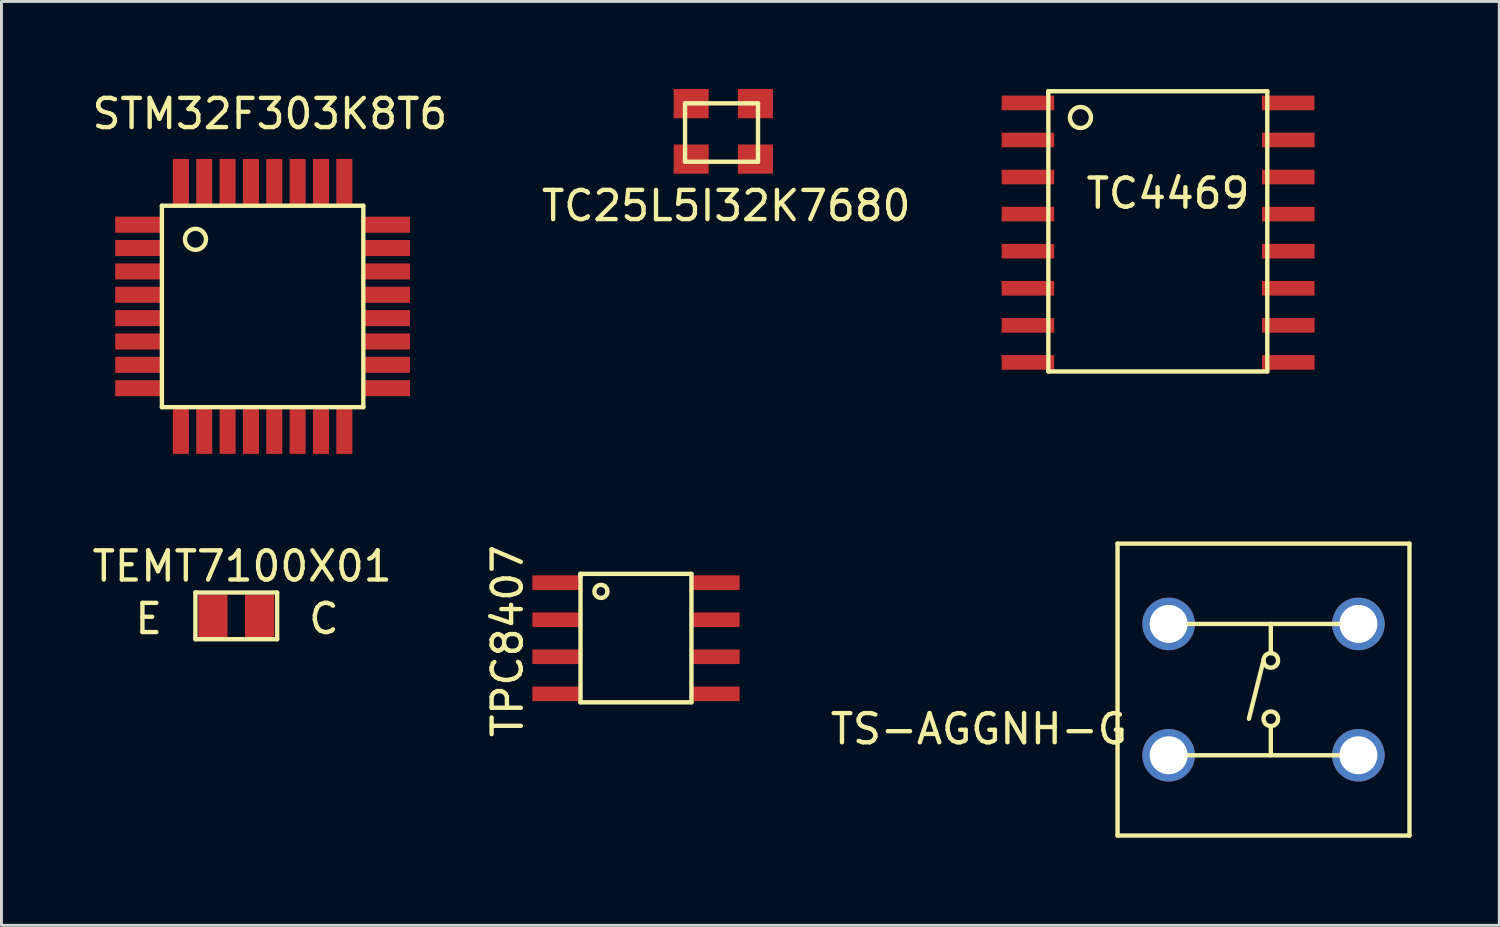
<source format=kicad_pcb>
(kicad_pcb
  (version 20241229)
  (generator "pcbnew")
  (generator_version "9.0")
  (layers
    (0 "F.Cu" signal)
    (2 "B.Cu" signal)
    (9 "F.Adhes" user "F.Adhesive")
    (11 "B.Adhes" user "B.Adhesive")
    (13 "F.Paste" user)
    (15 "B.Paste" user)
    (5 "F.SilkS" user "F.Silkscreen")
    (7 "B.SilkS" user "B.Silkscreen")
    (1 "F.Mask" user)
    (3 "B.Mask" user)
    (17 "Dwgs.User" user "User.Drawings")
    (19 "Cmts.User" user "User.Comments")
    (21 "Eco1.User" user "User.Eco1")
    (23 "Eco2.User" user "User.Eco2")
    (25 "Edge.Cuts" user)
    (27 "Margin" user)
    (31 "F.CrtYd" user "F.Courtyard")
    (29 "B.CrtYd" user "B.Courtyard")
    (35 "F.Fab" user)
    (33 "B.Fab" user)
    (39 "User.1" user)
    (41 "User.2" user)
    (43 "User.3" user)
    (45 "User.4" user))
  (footprint "TC4469"
    (layer "F.Cu")
    (at 40.562 10.775)
    (property "Reference" "TC4469" (at -3.6 -7.2 0) (layer "F.SilkS") (effects (font (size 1 1) (thickness 0.15))))
    (attr through_hole)
    (fp_line (start -7.7 -10.7) (end -0.2 -10.7) (stroke (width 0.15) (type solid)) (layer "F.SilkS"))
    (fp_line (start -7.7 -1.1) (end -7.7 -10.7) (stroke (width 0.15) (type solid)) (layer "F.SilkS"))
    (fp_line (start -0.2 -10.7) (end -0.2 -1.1) (stroke (width 0.15) (type solid)) (layer "F.SilkS"))
    (fp_line (start -0.2 -1.1) (end -7.7 -1.1) (stroke (width 0.15) (type solid)) (layer "F.SilkS"))
    (fp_circle (center -6.6 -9.8) (end -6.3 -9.6) (stroke (width 0.15) (type solid)) (fill no) (layer "F.SilkS"))
    (pad "1" smd rect (at -8.4 -10.3) (size 1.8 0.5) (layers "F.Cu" "F.Mask" "F.Paste"))
    (pad "2" smd rect (at -8.4 -9.03) (size 1.8 0.5) (layers "F.Cu" "F.Mask" "F.Paste"))
    (pad "3" smd rect (at -8.4 -7.76) (size 1.8 0.5) (layers "F.Cu" "F.Mask" "F.Paste"))
    (pad "4" smd rect (at -8.4 -6.49) (size 1.8 0.5) (layers "F.Cu" "F.Mask" "F.Paste"))
    (pad "5" smd rect (at -8.4 -5.22) (size 1.8 0.5) (layers "F.Cu" "F.Mask" "F.Paste"))
    (pad "6" smd rect (at -8.4 -3.95) (size 1.8 0.5) (layers "F.Cu" "F.Mask" "F.Paste"))
    (pad "7" smd rect (at -8.4 -2.68) (size 1.8 0.5) (layers "F.Cu" "F.Mask" "F.Paste"))
    (pad "8" smd rect (at -8.4 -1.41) (size 1.8 0.5) (layers "F.Cu" "F.Mask" "F.Paste"))
    (pad "9" smd rect (at 0.52 -1.41) (size 1.8 0.5) (layers "F.Cu" "F.Mask" "F.Paste"))
    (pad "10" smd rect (at 0.52 -2.68) (size 1.8 0.5) (layers "F.Cu" "F.Mask" "F.Paste"))
    (pad "11" smd rect (at 0.52 -3.95) (size 1.8 0.5) (layers "F.Cu" "F.Mask" "F.Paste"))
    (pad "12" smd rect (at 0.52 -5.22) (size 1.8 0.5) (layers "F.Cu" "F.Mask" "F.Paste"))
    (pad "13" smd rect (at 0.52 -6.49) (size 1.8 0.5) (layers "F.Cu" "F.Mask" "F.Paste"))
    (pad "14" smd rect (at 0.52 -7.76) (size 1.8 0.5) (layers "F.Cu" "F.Mask" "F.Paste"))
    (pad "15" smd rect (at 0.52 -9.03) (size 1.8 0.5) (layers "F.Cu" "F.Mask" "F.Paste"))
    (pad "16" smd rect (at 0.515 -10.3) (size 1.8 0.5) (layers "F.Cu" "F.Mask" "F.Paste")))
  (footprint "TC25L5I32K7680"
    (layer "F.Cu")
    (at 20.627 2.4)
    (property "Reference" "TC25L5I32K7680" (at 1.2 1.6 0) (layer "F.SilkS") (effects (font (size 1 1) (thickness 0.15))))
    (attr through_hole)
    (fp_line (start -0.21 -1.91) (end 2.29 -1.91) (stroke (width 0.15) (type solid)) (layer "F.SilkS"))
    (fp_line (start -0.21 0.09) (end -0.21 -1.91) (stroke (width 0.15) (type solid)) (layer "F.SilkS"))
    (fp_line (start 2.29 -1.91) (end 2.29 0.09) (stroke (width 0.15) (type solid)) (layer "F.SilkS"))
    (fp_line (start 2.29 0.09) (end -0.21 0.09) (stroke (width 0.15) (type solid)) (layer "F.SilkS"))
    (pad "1" smd rect (at 0 0) (size 1.2 1) (layers "F.Cu" "F.Mask" "F.Paste"))
    (pad "2" smd rect (at 2.2 0) (size 1.2 1) (layers "F.Cu" "F.Mask" "F.Paste"))
    (pad "3" smd rect (at 2.2 -1.9) (size 1.2 1) (layers "F.Cu" "F.Mask" "F.Paste"))
    (pad "4" smd rect (at 0 -1.9) (size 1.2 1) (layers "F.Cu" "F.Mask" "F.Paste")))
  (footprint "TPC8407"
    (layer "F.Cu")
    (at 13.936 21.009)
    (property "Reference" "TPC8407" (at 0.4 -2.1 90) (layer "F.SilkS") (effects (font (size 1 1) (thickness 0.15))))
    (attr through_hole)
    (fp_line (start 2.9 -4.4) (end 2.9 -4.3) (stroke (width 0.15) (type solid)) (layer "F.SilkS"))
    (fp_line (start 2.9 0) (end 2.9 -4.4) (stroke (width 0.15) (type solid)) (layer "F.SilkS"))
    (fp_line (start 6.7 -4.4) (end 2.9 -4.4) (stroke (width 0.15) (type solid)) (layer "F.SilkS"))
    (fp_line (start 6.7 -4.4) (end 6.7 0) (stroke (width 0.15) (type solid)) (layer "F.SilkS"))
    (fp_line (start 6.7 0) (end 2.9 0) (stroke (width 0.15) (type solid)) (layer "F.SilkS"))
    (fp_circle (center 3.6 -3.8) (end 3.7 -3.6) (stroke (width 0.15) (type solid)) (fill no) (layer "F.SilkS"))
    (pad "1" smd rect (at 2.1 -4.1) (size 1.7 0.5) (layers "F.Cu" "F.Mask" "F.Paste"))
    (pad "2" smd rect (at 2.1 -2.83) (size 1.7 0.5) (layers "F.Cu" "F.Mask" "F.Paste"))
    (pad "3" smd rect (at 2.1 -1.56) (size 1.7 0.5) (layers "F.Cu" "F.Mask" "F.Paste"))
    (pad "4" smd rect (at 2.1 -0.29) (size 1.7 0.5) (layers "F.Cu" "F.Mask" "F.Paste"))
    (pad "5" smd rect (at 7.5 -0.29) (size 1.7 0.5) (layers "F.Cu" "F.Mask" "F.Paste"))
    (pad "6" smd rect (at 7.5 -1.56) (size 1.7 0.5) (layers "F.Cu" "F.Mask" "F.Paste"))
    (pad "7" smd rect (at 7.5 -2.83) (size 1.7 0.5) (layers "F.Cu" "F.Mask" "F.Paste"))
    (pad "8" smd rect (at 7.5 -4.1) (size 1.7 0.5) (layers "F.Cu" "F.Mask" "F.Paste")))
  (footprint "TEMT7100X01"
    (layer "F.Cu")
    (at 4.244 18.047)
    (property "Reference" "TEMT7100X01" (at 1 -1.7 0) (layer "F.SilkS") (effects (font (size 1 1) (thickness 0.15))))
    (attr through_hole)
    (fp_line (start -0.6 -0.8) (end -0.6 0.8) (stroke (width 0.15) (type solid)) (layer "F.SilkS"))
    (fp_line (start -0.6 0.8) (end 2.2 0.8) (stroke (width 0.15) (type solid)) (layer "F.SilkS"))
    (fp_line (start 2.2 -0.8) (end -0.6 -0.8) (stroke (width 0.15) (type solid)) (layer "F.SilkS"))
    (fp_line (start 2.2 0.8) (end 2.2 -0.8) (stroke (width 0.15) (type solid)) (layer "F.SilkS"))
    (fp_text user "C" (at 3.8 0.1 0) (layer "F.SilkS") (effects (font (size 1 1) (thickness 0.15))))
    (fp_text user "E" (at -2.2 0.1 0) (layer "F.SilkS") (effects (font (size 1 1) (thickness 0.15))))
    (pad "1" smd rect (at 0 0) (size 1 1.45) (layers "F.Cu" "F.Mask" "F.Paste"))
    (pad "2" smd rect (at 1.6 0) (size 1 1.45) (layers "F.Cu" "F.Mask" "F.Paste")))
  (footprint "TS-AGGNH-G"
    (layer "F.Cu")
    (at 36.983 18.323)
    (property "Reference" "TS-AGGNH-G" (at -6.5 3.6 0) (layer "F.SilkS") (effects (font (size 1 1) (thickness 0.15))))
    (attr through_hole)
    (fp_line (start -1.75 -2.75) (end 8.25 -2.75) (stroke (width 0.15) (type solid)) (layer "F.SilkS"))
    (fp_line (start -1.75 7.25) (end -1.75 -2.75) (stroke (width 0.15) (type solid)) (layer "F.SilkS"))
    (fp_line (start 0 0) (end 6.5 0) (stroke (width 0.15) (type solid)) (layer "F.SilkS"))
    (fp_line (start 0 4.5) (end 6.5 4.5) (stroke (width 0.15) (type solid)) (layer "F.SilkS"))
    (fp_line (start 3.25 1.25) (end 2.75 3.25) (stroke (width 0.15) (type solid)) (layer "F.SilkS"))
    (fp_line (start 3.5 0) (end 3.5 1) (stroke (width 0.15) (type solid)) (layer "F.SilkS"))
    (fp_line (start 3.5 3.5) (end 3.5 4.5) (stroke (width 0.15) (type solid)) (layer "F.SilkS"))
    (fp_line (start 8.25 -2.75) (end 8.25 7.25) (stroke (width 0.15) (type solid)) (layer "F.SilkS"))
    (fp_line (start 8.25 7.25) (end -1.75 7.25) (stroke (width 0.15) (type solid)) (layer "F.SilkS"))
    (fp_circle (center 3.5 1.25) (end 3.75 1.25) (stroke (width 0.15) (type solid)) (fill no) (layer "F.SilkS"))
    (fp_circle (center 3.5 3.25) (end 3.75 3.25) (stroke (width 0.15) (type solid)) (fill no) (layer "F.SilkS"))
    (pad "1" thru_hole circle (at 0 0) (size 1.8 1.8) (drill 1.3) (layers "*.Cu" "*.Mask"))
    (pad "2" thru_hole circle (at 0 4.5) (size 1.8 1.8) (drill 1.3) (layers "*.Cu" "*.Mask"))
    (pad "3" thru_hole circle (at 6.5 0) (size 1.8 1.8) (drill 1.3) (layers "*.Cu" "*.Mask"))
    (pad "4" thru_hole circle (at 6.5 4.5) (size 1.8 1.8) (drill 1.3) (layers "*.Cu" "*.Mask")))
  (footprint "STM32F303K8T6"
    (layer "F.Cu")
    (at 1.696 4.648)
    (property "Reference" "STM32F303K8T6" (at 4.5 -3.8 0) (layer "F.SilkS") (effects (font (size 1 1) (thickness 0.15))))
    (attr through_hole)
    (fp_line (start 0.8 -0.65) (end 7.7 -0.65) (stroke (width 0.15) (type solid)) (layer "F.SilkS"))
    (fp_line (start 0.8 6.25) (end 0.8 -0.65) (stroke (width 0.15) (type solid)) (layer "F.SilkS"))
    (fp_line (start 7.7 -0.65) (end 7.7 6.25) (stroke (width 0.15) (type solid)) (layer "F.SilkS"))
    (fp_line (start 7.7 6.25) (end 0.8 6.25) (stroke (width 0.15) (type solid)) (layer "F.SilkS"))
    (fp_circle (center 1.95 0.5) (end 2.25 0.7) (stroke (width 0.15) (type solid)) (fill no) (layer "F.SilkS"))
    (pad "1" smd rect (at 0 0) (size 1.6 0.55) (layers "F.Cu" "F.Mask" "F.Paste"))
    (pad "2" smd rect (at 0 0.8) (size 1.6 0.55) (layers "F.Cu" "F.Mask" "F.Paste"))
    (pad "3" smd rect (at 0 1.6) (size 1.6 0.55) (layers "F.Cu" "F.Mask" "F.Paste"))
    (pad "4" smd rect (at 0 2.4) (size 1.6 0.55) (layers "F.Cu" "F.Mask" "F.Paste"))
    (pad "5" smd rect (at 0 3.2) (size 1.6 0.55) (layers "F.Cu" "F.Mask" "F.Paste"))
    (pad "6" smd rect (at 0 4) (size 1.6 0.55) (layers "F.Cu" "F.Mask" "F.Paste"))
    (pad "7" smd rect (at 0 4.8) (size 1.6 0.55) (layers "F.Cu" "F.Mask" "F.Paste"))
    (pad "8" smd rect (at 0 5.6) (size 1.6 0.55) (layers "F.Cu" "F.Mask" "F.Paste"))
    (pad "9" smd rect (at 1.45 7.05) (size 0.55 1.6) (layers "F.Cu" "F.Mask" "F.Paste"))
    (pad "10" smd rect (at 2.25 7.05) (size 0.55 1.6) (layers "F.Cu" "F.Mask" "F.Paste"))
    (pad "11" smd rect (at 3.05 7.05) (size 0.55 1.6) (layers "F.Cu" "F.Mask" "F.Paste"))
    (pad "12" smd rect (at 3.85 7.05) (size 0.55 1.6) (layers "F.Cu" "F.Mask" "F.Paste"))
    (pad "13" smd rect (at 4.65 7.05) (size 0.55 1.6) (layers "F.Cu" "F.Mask" "F.Paste"))
    (pad "14" smd rect (at 5.45 7.05) (size 0.55 1.6) (layers "F.Cu" "F.Mask" "F.Paste"))
    (pad "15" smd rect (at 6.25 7.05) (size 0.55 1.6) (layers "F.Cu" "F.Mask" "F.Paste"))
    (pad "16" smd rect (at 7.05 7.05) (size 0.55 1.6) (layers "F.Cu" "F.Mask" "F.Paste"))
    (pad "17" smd rect (at 8.5 5.6 90) (size 0.55 1.6) (layers "F.Cu" "F.Mask" "F.Paste"))
    (pad "18" smd rect (at 8.5 4.8) (size 1.6 0.55) (layers "F.Cu" "F.Mask" "F.Paste"))
    (pad "19" smd rect (at 8.5 4) (size 1.6 0.55) (layers "F.Cu" "F.Mask" "F.Paste"))
    (pad "20" smd rect (at 8.5 3.2) (size 1.6 0.55) (layers "F.Cu" "F.Mask" "F.Paste"))
    (pad "21" smd rect (at 8.5 2.4) (size 1.6 0.55) (layers "F.Cu" "F.Mask" "F.Paste"))
    (pad "22" smd rect (at 8.5 1.6) (size 1.6 0.55) (layers "F.Cu" "F.Mask" "F.Paste"))
    (pad "23" smd rect (at 8.5 0.8) (size 1.6 0.55) (layers "F.Cu" "F.Mask" "F.Paste"))
    (pad "24" smd rect (at 8.5 0) (size 1.6 0.55) (layers "F.Cu" "F.Mask" "F.Paste"))
    (pad "25" smd rect (at 7.05 -1.45 180) (size 0.55 1.6) (layers "F.Cu" "F.Mask" "F.Paste"))
    (pad "26" smd rect (at 6.25 -1.45) (size 0.55 1.6) (layers "F.Cu" "F.Mask" "F.Paste"))
    (pad "27" smd rect (at 5.45 -1.45) (size 0.55 1.6) (layers "F.Cu" "F.Mask" "F.Paste"))
    (pad "28" smd rect (at 4.65 -1.45) (size 0.55 1.6) (layers "F.Cu" "F.Mask" "F.Paste"))
    (pad "29" smd rect (at 3.85 -1.45) (size 0.55 1.6) (layers "F.Cu" "F.Mask" "F.Paste"))
    (pad "30" smd rect (at 3.05 -1.45) (size 0.55 1.6) (layers "F.Cu" "F.Mask" "F.Paste"))
    (pad "31" smd rect (at 2.25 -1.45) (size 0.55 1.6) (layers "F.Cu" "F.Mask" "F.Paste"))
    (pad "32" smd rect (at 1.45 -1.45) (size 0.55 1.6) (layers "F.Cu" "F.Mask" "F.Paste")))
  (gr_rect
    (start -3 -3)
    (end 48.308 28.648)
    (stroke (width 0.1) (type default))
    (fill no)
    (layer "Edge.Cuts")))
</source>
